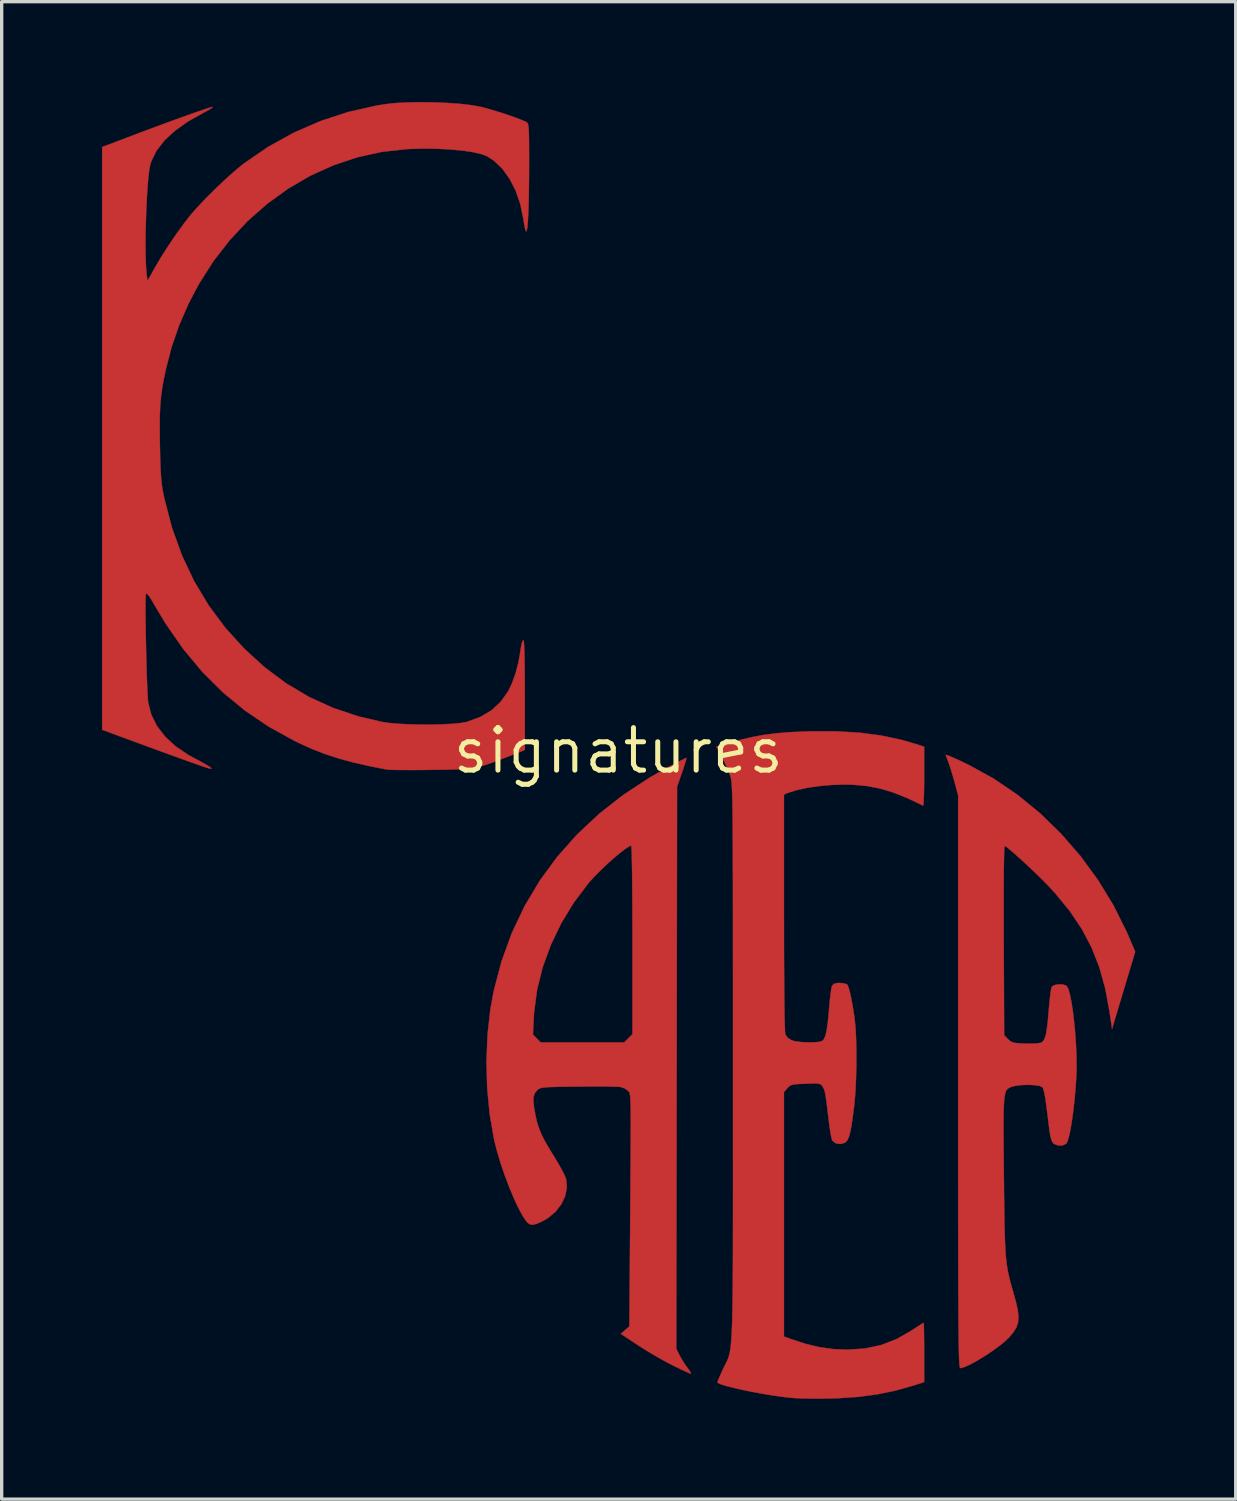
<source format=kicad_pcb>
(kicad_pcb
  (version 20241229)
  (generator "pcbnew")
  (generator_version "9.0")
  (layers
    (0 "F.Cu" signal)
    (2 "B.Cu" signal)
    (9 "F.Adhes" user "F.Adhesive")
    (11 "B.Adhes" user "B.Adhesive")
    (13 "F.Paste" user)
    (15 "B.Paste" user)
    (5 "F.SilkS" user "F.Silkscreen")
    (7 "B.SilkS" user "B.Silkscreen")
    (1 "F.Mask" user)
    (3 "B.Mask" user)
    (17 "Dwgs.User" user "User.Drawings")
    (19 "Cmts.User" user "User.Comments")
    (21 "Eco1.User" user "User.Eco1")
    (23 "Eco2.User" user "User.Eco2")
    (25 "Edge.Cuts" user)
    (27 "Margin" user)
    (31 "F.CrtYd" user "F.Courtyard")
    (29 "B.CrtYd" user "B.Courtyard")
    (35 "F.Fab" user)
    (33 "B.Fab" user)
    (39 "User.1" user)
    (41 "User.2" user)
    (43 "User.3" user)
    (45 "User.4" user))
  (footprint "signatures"
    (layer "F.Cu")
    (at 15.435 19.394)
    (property "Reference" "signatures" (at 0 0 0) (layer "F.SilkS") (effects (font (size 1.27 1.27) (thickness 0.15))))
    (attr through_hole)
    (fp_poly (pts (xy 2.033 0.249) (xy 2.004 0.35) (xy 1.957 0.498) (xy 1.907 0.646) (xy 1.757 1.079) (xy 1.746 9.479) (xy 1.734 17.878) (xy 1.822 18.059) (xy 1.901 18.201) (xy 2.004 18.36) (xy 2.057 18.433) (xy 2.131 18.536) (xy 2.17 18.606) (xy 2.17 18.627) (xy 2.121 18.609) (xy 2.011 18.56) (xy 1.856 18.487) (xy 1.671 18.398) (xy 1.628 18.376) (xy 1.391 18.252) (xy 1.118 18.098) (xy 0.843 17.935) (xy 0.6 17.78) (xy 0.599 17.78) (xy 0.076 17.433) (xy 0.204 17.321) (xy 0.331 17.209) (xy 0.358 13.736) (xy 0.362 13.114) (xy 0.366 12.57) (xy 0.369 12.1) (xy 0.372 11.698) (xy 0.373 11.359) (xy 0.373 11.076) (xy 0.372 10.845) (xy 0.369 10.66) (xy 0.365 10.515) (xy 0.36 10.405) (xy 0.353 10.324) (xy 0.344 10.267) (xy 0.334 10.228) (xy 0.322 10.201) (xy 0.307 10.182) (xy 0.298 10.172) (xy 0.193 10.097) (xy 0.074 10.054) (xy -0.004 10.047) (xy -0.155 10.043) (xy -0.364 10.039) (xy -0.62 10.038) (xy -0.909 10.039) (xy -1.193 10.041) (xy -1.531 10.045) (xy -1.794 10.049) (xy -1.994 10.054) (xy -2.141 10.061) (xy -2.244 10.071) (xy -2.314 10.085) (xy -2.362 10.103) (xy -2.399 10.128) (xy -2.431 10.157) (xy -2.496 10.239) (xy -2.531 10.344) (xy -2.538 10.486) (xy -2.516 10.681) (xy -2.474 10.913) (xy -2.428 11.111) (xy -2.371 11.292) (xy -2.295 11.475) (xy -2.193 11.676) (xy -2.055 11.913) (xy -1.911 12.146) (xy -1.794 12.341) (xy -1.689 12.527) (xy -1.61 12.684) (xy -1.565 12.792) (xy -1.562 12.801) (xy -1.537 13.051) (xy -1.586 13.308) (xy -1.702 13.556) (xy -1.877 13.783) (xy -2.105 13.973) (xy -2.249 14.058) (xy -2.427 14.139) (xy -2.552 14.173) (xy -2.645 14.16) (xy -2.724 14.1) (xy -2.753 14.065) (xy -2.868 13.892) (xy -2.996 13.652) (xy -3.131 13.359) (xy -3.268 13.03) (xy -3.4 12.678) (xy -3.522 12.319) (xy -3.627 11.968) (xy -3.71 11.64) (xy -3.719 11.598) (xy -3.846 10.86) (xy -3.92 10.082) (xy -3.941 9.287) (xy -3.909 8.496) (xy -3.909 8.488) (xy -2.551 8.488) (xy -2.317 8.721) (xy 0.176 8.721) (xy 0.3 8.597) (xy 0.423 8.473) (xy 0.423 5.655) (xy 0.423 5.175) (xy 0.421 4.721) (xy 0.419 4.299) (xy 0.416 3.917) (xy 0.412 3.582) (xy 0.407 3.3) (xy 0.402 3.079) (xy 0.396 2.925) (xy 0.39 2.846) (xy 0.387 2.836) (xy 0.314 2.865) (xy 0.194 2.945) (xy 0.04 3.065) (xy -0.139 3.215) (xy -0.328 3.385) (xy -0.518 3.564) (xy -0.695 3.743) (xy -0.849 3.91) (xy -0.887 3.954) (xy -1.327 4.536) (xy -1.705 5.156) (xy -2.017 5.805) (xy -2.26 6.472) (xy -2.428 7.147) (xy -2.517 7.819) (xy -2.526 7.959) (xy -2.551 8.488) (xy -3.909 8.488) (xy -3.825 7.732) (xy -3.723 7.176) (xy -3.489 6.29) (xy -3.181 5.445) (xy -2.8 4.643) (xy -2.348 3.885) (xy -1.824 3.171) (xy -1.232 2.504) (xy -0.57 1.884) (xy 0.159 1.313) (xy 0.954 0.792) (xy 1.528 0.47) (xy 1.711 0.374) (xy 1.867 0.294) (xy 1.98 0.238) (xy 2.035 0.212) (xy 2.038 0.212) (xy 2.033 0.249)) (stroke (width 0.01) (type solid)) (fill yes) (layer "F.Cu"))
    (fp_poly (pts (xy 9.878 0.15) (xy 9.949 0.178) (xy 10.079 0.236) (xy 10.25 0.315) (xy 10.444 0.409) (xy 10.477 0.425) (xy 11.222 0.834) (xy 11.934 1.318) (xy 12.608 1.869) (xy 13.238 2.483) (xy 13.819 3.151) (xy 14.344 3.869) (xy 14.808 4.63) (xy 15.205 5.428) (xy 15.279 5.599) (xy 15.454 6.011) (xy 15.202 6.847) (xy 15.119 7.125) (xy 15.037 7.397) (xy 14.963 7.645) (xy 14.901 7.851) (xy 14.858 7.996) (xy 14.856 8.001) (xy 14.762 8.319) (xy 14.686 7.802) (xy 14.558 7.107) (xy 14.381 6.473) (xy 14.151 5.886) (xy 13.859 5.331) (xy 13.5 4.797) (xy 13.067 4.268) (xy 12.864 4.047) (xy 12.715 3.895) (xy 12.541 3.723) (xy 12.352 3.542) (xy 12.16 3.362) (xy 11.976 3.194) (xy 11.811 3.047) (xy 11.676 2.933) (xy 11.584 2.862) (xy 11.552 2.843) (xy 11.544 2.882) (xy 11.537 3.002) (xy 11.532 3.2) (xy 11.527 3.473) (xy 11.524 3.817) (xy 11.522 4.23) (xy 11.522 4.708) (xy 11.523 5.247) (xy 11.524 5.668) (xy 11.536 8.507) (xy 11.653 8.624) (xy 11.715 8.68) (xy 11.78 8.716) (xy 11.869 8.737) (xy 12.004 8.749) (xy 12.167 8.756) (xy 12.376 8.758) (xy 12.541 8.749) (xy 12.642 8.728) (xy 12.652 8.724) (xy 12.705 8.68) (xy 12.748 8.605) (xy 12.783 8.489) (xy 12.813 8.32) (xy 12.841 8.088) (xy 12.867 7.783) (xy 12.87 7.749) (xy 12.89 7.525) (xy 12.912 7.327) (xy 12.933 7.171) (xy 12.953 7.077) (xy 12.958 7.061) (xy 13.027 7.011) (xy 13.142 6.986) (xy 13.271 6.987) (xy 13.378 7.016) (xy 13.416 7.044) (xy 13.462 7.139) (xy 13.507 7.306) (xy 13.551 7.532) (xy 13.592 7.803) (xy 13.628 8.108) (xy 13.659 8.434) (xy 13.682 8.766) (xy 13.697 9.093) (xy 13.703 9.402) (xy 13.697 9.68) (xy 13.695 9.716) (xy 13.671 10.083) (xy 13.64 10.44) (xy 13.602 10.776) (xy 13.56 11.08) (xy 13.516 11.341) (xy 13.47 11.548) (xy 13.425 11.69) (xy 13.391 11.749) (xy 13.286 11.801) (xy 13.153 11.803) (xy 13.032 11.757) (xy 13.002 11.732) (xy 12.958 11.661) (xy 12.921 11.536) (xy 12.889 11.346) (xy 12.875 11.235) (xy 12.833 10.887) (xy 12.798 10.614) (xy 12.769 10.407) (xy 12.743 10.257) (xy 12.719 10.154) (xy 12.695 10.089) (xy 12.671 10.053) (xy 12.594 10.02) (xy 12.457 9.999) (xy 12.284 9.99) (xy 12.099 9.993) (xy 11.925 10.009) (xy 11.787 10.037) (xy 11.753 10.049) (xy 11.702 10.071) (xy 11.658 10.096) (xy 11.621 10.129) (xy 11.59 10.178) (xy 11.566 10.249) (xy 11.548 10.349) (xy 11.534 10.483) (xy 11.525 10.659) (xy 11.519 10.883) (xy 11.517 11.162) (xy 11.518 11.502) (xy 11.52 11.909) (xy 11.525 12.392) (xy 11.528 12.71) (xy 11.533 13.247) (xy 11.539 13.707) (xy 11.545 14.1) (xy 11.553 14.433) (xy 11.563 14.715) (xy 11.575 14.955) (xy 11.591 15.16) (xy 11.611 15.34) (xy 11.636 15.502) (xy 11.666 15.655) (xy 11.702 15.807) (xy 11.745 15.967) (xy 11.795 16.143) (xy 11.803 16.171) (xy 11.89 16.485) (xy 11.944 16.734) (xy 11.964 16.935) (xy 11.95 17.101) (xy 11.899 17.247) (xy 11.811 17.388) (xy 11.684 17.539) (xy 11.682 17.542) (xy 11.551 17.667) (xy 11.375 17.807) (xy 11.171 17.955) (xy 10.953 18.099) (xy 10.736 18.231) (xy 10.536 18.341) (xy 10.368 18.419) (xy 10.246 18.456) (xy 10.225 18.457) (xy 10.217 18.451) (xy 10.21 18.43) (xy 10.204 18.391) (xy 10.198 18.33) (xy 10.192 18.245) (xy 10.188 18.131) (xy 10.183 17.986) (xy 10.18 17.806) (xy 10.176 17.588) (xy 10.173 17.329) (xy 10.17 17.024) (xy 10.168 16.671) (xy 10.166 16.267) (xy 10.165 15.807) (xy 10.163 15.289) (xy 10.162 14.71) (xy 10.161 14.065) (xy 10.161 13.352) (xy 10.16 12.568) (xy 10.16 11.708) (xy 10.16 10.77) (xy 10.16 9.895) (xy 10.16 1.333) (xy 10.057 0.951) (xy 10 0.749) (xy 9.939 0.548) (xy 9.884 0.384) (xy 9.87 0.346) (xy 9.786 0.123) (xy 9.878 0.15)) (stroke (width 0.01) (type solid)) (fill yes) (layer "F.Cu"))
    (fp_poly (pts (xy 6.546 -0.579) (xy 7.227 -0.537) (xy 7.859 -0.454) (xy 8.456 -0.328) (xy 8.943 -0.186) (xy 9.144 -0.12) (xy 9.144 0.769) (xy 9.143 1.032) (xy 9.139 1.262) (xy 9.132 1.448) (xy 9.125 1.578) (xy 9.116 1.639) (xy 9.112 1.642) (xy 8.647 1.419) (xy 8.223 1.25) (xy 7.823 1.13) (xy 7.427 1.054) (xy 7.017 1.017) (xy 6.749 1.011) (xy 6.374 1.024) (xy 5.998 1.058) (xy 5.643 1.11) (xy 5.328 1.179) (xy 5.075 1.259) (xy 5.048 1.27) (xy 4.953 1.311) (xy 4.953 4.844) (xy 4.954 5.522) (xy 4.955 6.137) (xy 4.958 6.687) (xy 4.961 7.169) (xy 4.965 7.58) (xy 4.97 7.918) (xy 4.977 8.18) (xy 4.983 8.364) (xy 4.991 8.467) (xy 4.995 8.487) (xy 5.069 8.587) (xy 5.184 8.659) (xy 5.302 8.69) (xy 5.468 8.71) (xy 5.657 8.72) (xy 5.842 8.718) (xy 5.997 8.705) (xy 6.094 8.679) (xy 6.094 8.679) (xy 6.147 8.625) (xy 6.192 8.52) (xy 6.23 8.356) (xy 6.264 8.126) (xy 6.294 7.822) (xy 6.306 7.671) (xy 6.325 7.455) (xy 6.347 7.264) (xy 6.37 7.117) (xy 6.39 7.032) (xy 6.393 7.026) (xy 6.449 6.969) (xy 6.551 6.945) (xy 6.621 6.943) (xy 6.745 6.954) (xy 6.833 6.983) (xy 6.849 6.996) (xy 6.883 7.071) (xy 6.923 7.215) (xy 6.966 7.413) (xy 7.01 7.65) (xy 7.051 7.911) (xy 7.071 8.065) (xy 7.096 8.33) (xy 7.111 8.659) (xy 7.118 9.03) (xy 7.117 9.422) (xy 7.107 9.813) (xy 7.09 10.183) (xy 7.064 10.511) (xy 7.051 10.626) (xy 7.009 10.956) (xy 6.971 11.212) (xy 6.934 11.404) (xy 6.896 11.542) (xy 6.854 11.636) (xy 6.806 11.696) (xy 6.77 11.721) (xy 6.636 11.759) (xy 6.504 11.738) (xy 6.406 11.664) (xy 6.393 11.644) (xy 6.372 11.572) (xy 6.346 11.435) (xy 6.317 11.251) (xy 6.29 11.038) (xy 6.285 10.999) (xy 6.251 10.71) (xy 6.224 10.492) (xy 6.201 10.334) (xy 6.18 10.221) (xy 6.158 10.141) (xy 6.133 10.082) (xy 6.108 10.039) (xy 6.076 9.995) (xy 6.036 9.967) (xy 5.97 9.952) (xy 5.861 9.948) (xy 5.692 9.952) (xy 5.6 9.956) (xy 5.4 9.964) (xy 5.266 9.975) (xy 5.179 9.994) (xy 5.12 10.024) (xy 5.071 10.07) (xy 5.054 10.09) (xy 4.953 10.207) (xy 4.953 17.514) (xy 5.133 17.58) (xy 5.593 17.731) (xy 6.015 17.832) (xy 6.427 17.889) (xy 6.851 17.907) (xy 7.373 17.873) (xy 7.857 17.769) (xy 8.319 17.59) (xy 8.773 17.332) (xy 8.822 17.299) (xy 8.957 17.209) (xy 9.063 17.141) (xy 9.122 17.105) (xy 9.128 17.103) (xy 9.133 17.143) (xy 9.137 17.255) (xy 9.14 17.428) (xy 9.143 17.648) (xy 9.144 17.903) (xy 9.144 17.99) (xy 9.144 18.877) (xy 8.803 18.985) (xy 8.272 19.134) (xy 7.74 19.243) (xy 7.183 19.317) (xy 6.579 19.358) (xy 6.308 19.367) (xy 6.025 19.37) (xy 5.741 19.368) (xy 5.478 19.363) (xy 5.26 19.353) (xy 5.144 19.344) (xy 4.873 19.312) (xy 4.583 19.27) (xy 4.286 19.22) (xy 3.991 19.166) (xy 3.713 19.109) (xy 3.462 19.052) (xy 3.249 18.998) (xy 3.088 18.949) (xy 2.989 18.907) (xy 2.963 18.881) (xy 2.98 18.831) (xy 3.025 18.724) (xy 3.09 18.577) (xy 3.129 18.492) (xy 3.164 18.419) (xy 3.196 18.355) (xy 3.226 18.296) (xy 3.253 18.24) (xy 3.278 18.182) (xy 3.3 18.119) (xy 3.32 18.047) (xy 3.338 17.963) (xy 3.353 17.863) (xy 3.367 17.742) (xy 3.379 17.599) (xy 3.39 17.428) (xy 3.399 17.227) (xy 3.406 16.992) (xy 3.412 16.718) (xy 3.417 16.403) (xy 3.421 16.043) (xy 3.424 15.634) (xy 3.427 15.172) (xy 3.428 14.654) (xy 3.429 14.076) (xy 3.429 13.435) (xy 3.43 12.727) (xy 3.429 11.948) (xy 3.429 11.095) (xy 3.429 10.163) (xy 3.429 9.333) (xy 3.429 8.345) (xy 3.429 7.438) (xy 3.429 6.608) (xy 3.428 5.852) (xy 3.428 5.167) (xy 3.427 4.548) (xy 3.427 3.992) (xy 3.425 3.496) (xy 3.424 3.056) (xy 3.422 2.669) (xy 3.42 2.33) (xy 3.418 2.036) (xy 3.415 1.785) (xy 3.411 1.571) (xy 3.408 1.392) (xy 3.403 1.243) (xy 3.398 1.122) (xy 3.392 1.025) (xy 3.386 0.948) (xy 3.379 0.888) (xy 3.372 0.84) (xy 3.363 0.802) (xy 3.354 0.77) (xy 3.346 0.746) (xy 3.284 0.587) (xy 3.198 0.394) (xy 3.106 0.206) (xy 3.098 0.189) (xy 2.932 -0.127) (xy 3.212 -0.208) (xy 3.624 -0.321) (xy 3.999 -0.408) (xy 4.361 -0.475) (xy 4.73 -0.522) (xy 5.13 -0.555) (xy 5.582 -0.575) (xy 5.804 -0.581) (xy 6.546 -0.579)) (stroke (width 0.01) (type solid)) (fill yes) (layer "F.Cu"))
    (fp_poly (pts (xy -5.515 -19.384) (xy -5.114 -19.367) (xy -4.738 -19.34) (xy -4.405 -19.302) (xy -4.134 -19.254) (xy -4.106 -19.248) (xy -3.894 -19.192) (xy -3.652 -19.121) (xy -3.4 -19.041) (xy -3.16 -18.959) (xy -2.951 -18.882) (xy -2.795 -18.817) (xy -2.747 -18.794) (xy -2.724 -18.777) (xy -2.705 -18.748) (xy -2.691 -18.699) (xy -2.681 -18.618) (xy -2.674 -18.497) (xy -2.67 -18.326) (xy -2.668 -18.096) (xy -2.667 -17.796) (xy -2.667 -17.573) (xy -2.669 -17.105) (xy -2.674 -16.687) (xy -2.682 -16.326) (xy -2.693 -16.025) (xy -2.706 -15.79) (xy -2.722 -15.626) (xy -2.74 -15.537) (xy -2.757 -15.525) (xy -2.779 -15.581) (xy -2.806 -15.698) (xy -2.832 -15.854) (xy -2.838 -15.897) (xy -2.926 -16.331) (xy -3.064 -16.733) (xy -3.246 -17.092) (xy -3.466 -17.398) (xy -3.718 -17.641) (xy -3.924 -17.774) (xy -4.094 -17.838) (xy -4.336 -17.894) (xy -4.636 -17.939) (xy -4.98 -17.973) (xy -5.357 -17.994) (xy -5.753 -18.002) (xy -6.154 -17.994) (xy -6.308 -17.987) (xy -7.063 -17.905) (xy -7.802 -17.742) (xy -8.52 -17.502) (xy -9.211 -17.189) (xy -9.871 -16.804) (xy -10.496 -16.352) (xy -11.081 -15.837) (xy -11.621 -15.26) (xy -12.112 -14.626) (xy -12.548 -13.938) (xy -12.847 -13.369) (xy -13.132 -12.714) (xy -13.356 -12.061) (xy -13.523 -11.416) (xy -13.586 -11.123) (xy -13.634 -10.858) (xy -13.669 -10.604) (xy -13.693 -10.344) (xy -13.706 -10.061) (xy -13.711 -9.736) (xy -13.708 -9.353) (xy -13.704 -9.123) (xy -13.697 -8.778) (xy -13.688 -8.501) (xy -13.677 -8.278) (xy -13.662 -8.091) (xy -13.643 -7.926) (xy -13.617 -7.766) (xy -13.583 -7.596) (xy -13.573 -7.547) (xy -13.346 -6.675) (xy -13.05 -5.851) (xy -12.685 -5.076) (xy -12.25 -4.349) (xy -11.745 -3.67) (xy -11.178 -3.046) (xy -10.567 -2.489) (xy -9.924 -2.011) (xy -9.246 -1.608) (xy -8.53 -1.281) (xy -7.773 -1.027) (xy -7.058 -0.86) (xy -6.839 -0.828) (xy -6.564 -0.805) (xy -6.253 -0.789) (xy -5.921 -0.781) (xy -5.586 -0.78) (xy -5.264 -0.788) (xy -4.973 -0.803) (xy -4.73 -0.826) (xy -4.551 -0.856) (xy -4.53 -0.862) (xy -4.132 -1.006) (xy -3.798 -1.203) (xy -3.522 -1.455) (xy -3.297 -1.77) (xy -3.28 -1.799) (xy -3.171 -2.032) (xy -3.071 -2.318) (xy -2.99 -2.623) (xy -2.943 -2.879) (xy -2.913 -3.079) (xy -2.887 -3.209) (xy -2.863 -3.278) (xy -2.837 -3.302) (xy -2.833 -3.302) (xy -2.823 -3.261) (xy -2.815 -3.142) (xy -2.808 -2.951) (xy -2.802 -2.697) (xy -2.797 -2.384) (xy -2.795 -2.021) (xy -2.794 -1.661) (xy -2.794 -0.021) (xy -3.361 0.201) (xy -3.618 0.3) (xy -3.834 0.379) (xy -4.023 0.441) (xy -4.199 0.487) (xy -4.379 0.52) (xy -4.576 0.542) (xy -4.806 0.557) (xy -5.083 0.565) (xy -5.423 0.571) (xy -5.63 0.573) (xy -5.941 0.576) (xy -6.228 0.577) (xy -6.48 0.576) (xy -6.684 0.574) (xy -6.828 0.571) (xy -6.899 0.566) (xy -6.9 0.566) (xy -7.455 0.457) (xy -7.941 0.346) (xy -8.378 0.226) (xy -8.78 0.094) (xy -9.166 -0.057) (xy -9.553 -0.232) (xy -9.675 -0.292) (xy -10.448 -0.718) (xy -11.164 -1.203) (xy -11.828 -1.75) (xy -12.44 -2.361) (xy -13.005 -3.04) (xy -13.525 -3.788) (xy -13.83 -4.294) (xy -13.944 -4.491) (xy -14.026 -4.618) (xy -14.08 -4.684) (xy -14.112 -4.696) (xy -14.123 -4.682) (xy -14.129 -4.619) (xy -14.134 -4.484) (xy -14.135 -4.288) (xy -14.134 -4.042) (xy -14.131 -3.758) (xy -14.126 -3.448) (xy -14.12 -3.124) (xy -14.112 -2.796) (xy -14.104 -2.477) (xy -14.094 -2.179) (xy -14.084 -1.913) (xy -14.073 -1.691) (xy -14.063 -1.524) (xy -14.054 -1.434) (xy -13.961 -1.076) (xy -13.79 -0.735) (xy -13.544 -0.417) (xy -13.23 -0.127) (xy -12.851 0.127) (xy -12.721 0.199) (xy -12.541 0.294) (xy -12.383 0.382) (xy -12.265 0.451) (xy -12.213 0.485) (xy -12.161 0.53) (xy -12.174 0.539) (xy -12.255 0.523) (xy -12.329 0.5) (xy -12.477 0.45) (xy -12.692 0.375) (xy -12.97 0.275) (xy -13.305 0.154) (xy -13.691 0.014) (xy -14.123 -0.144) (xy -14.594 -0.317) (xy -15.101 -0.504) (xy -15.113 -0.509) (xy -15.431 -0.626) (xy -15.431 -18.048) (xy -14.69 -18.329) (xy -14.255 -18.494) (xy -13.841 -18.648) (xy -13.456 -18.791) (xy -13.106 -18.918) (xy -12.798 -19.028) (xy -12.54 -19.119) (xy -12.337 -19.188) (xy -12.197 -19.231) (xy -12.128 -19.248) (xy -12.121 -19.247) (xy -12.146 -19.22) (xy -12.23 -19.165) (xy -12.358 -19.095) (xy -12.41 -19.068) (xy -12.873 -18.808) (xy -13.262 -18.53) (xy -13.575 -18.238) (xy -13.81 -17.933) (xy -13.963 -17.618) (xy -13.994 -17.517) (xy -14.023 -17.366) (xy -14.05 -17.144) (xy -14.073 -16.866) (xy -14.094 -16.546) (xy -14.111 -16.198) (xy -14.123 -15.836) (xy -14.132 -15.474) (xy -14.135 -15.127) (xy -14.132 -14.809) (xy -14.123 -14.533) (xy -14.108 -14.314) (xy -14.103 -14.272) (xy -14.076 -14.044) (xy -13.867 -14.42) (xy -13.683 -14.733) (xy -13.466 -15.074) (xy -13.234 -15.418) (xy -13.003 -15.738) (xy -12.791 -16.011) (xy -12.765 -16.042) (xy -12.563 -16.27) (xy -12.318 -16.528) (xy -12.048 -16.797) (xy -11.77 -17.06) (xy -11.503 -17.301) (xy -11.265 -17.5) (xy -11.185 -17.562) (xy -10.465 -18.056) (xy -9.701 -18.478) (xy -8.9 -18.826) (xy -8.068 -19.098) (xy -7.213 -19.29) (xy -6.964 -19.33) (xy -6.663 -19.363) (xy -6.308 -19.382) (xy -5.919 -19.389) (xy -5.515 -19.384)) (stroke (width 0.01) (type solid)) (fill yes) (layer "F.Cu")))
  (gr_rect
    (start -3 -3)
    (end 33.894 41.769)
    (stroke (width 0.1) (type default))
    (fill no)
    (layer "Edge.Cuts")))
</source>
